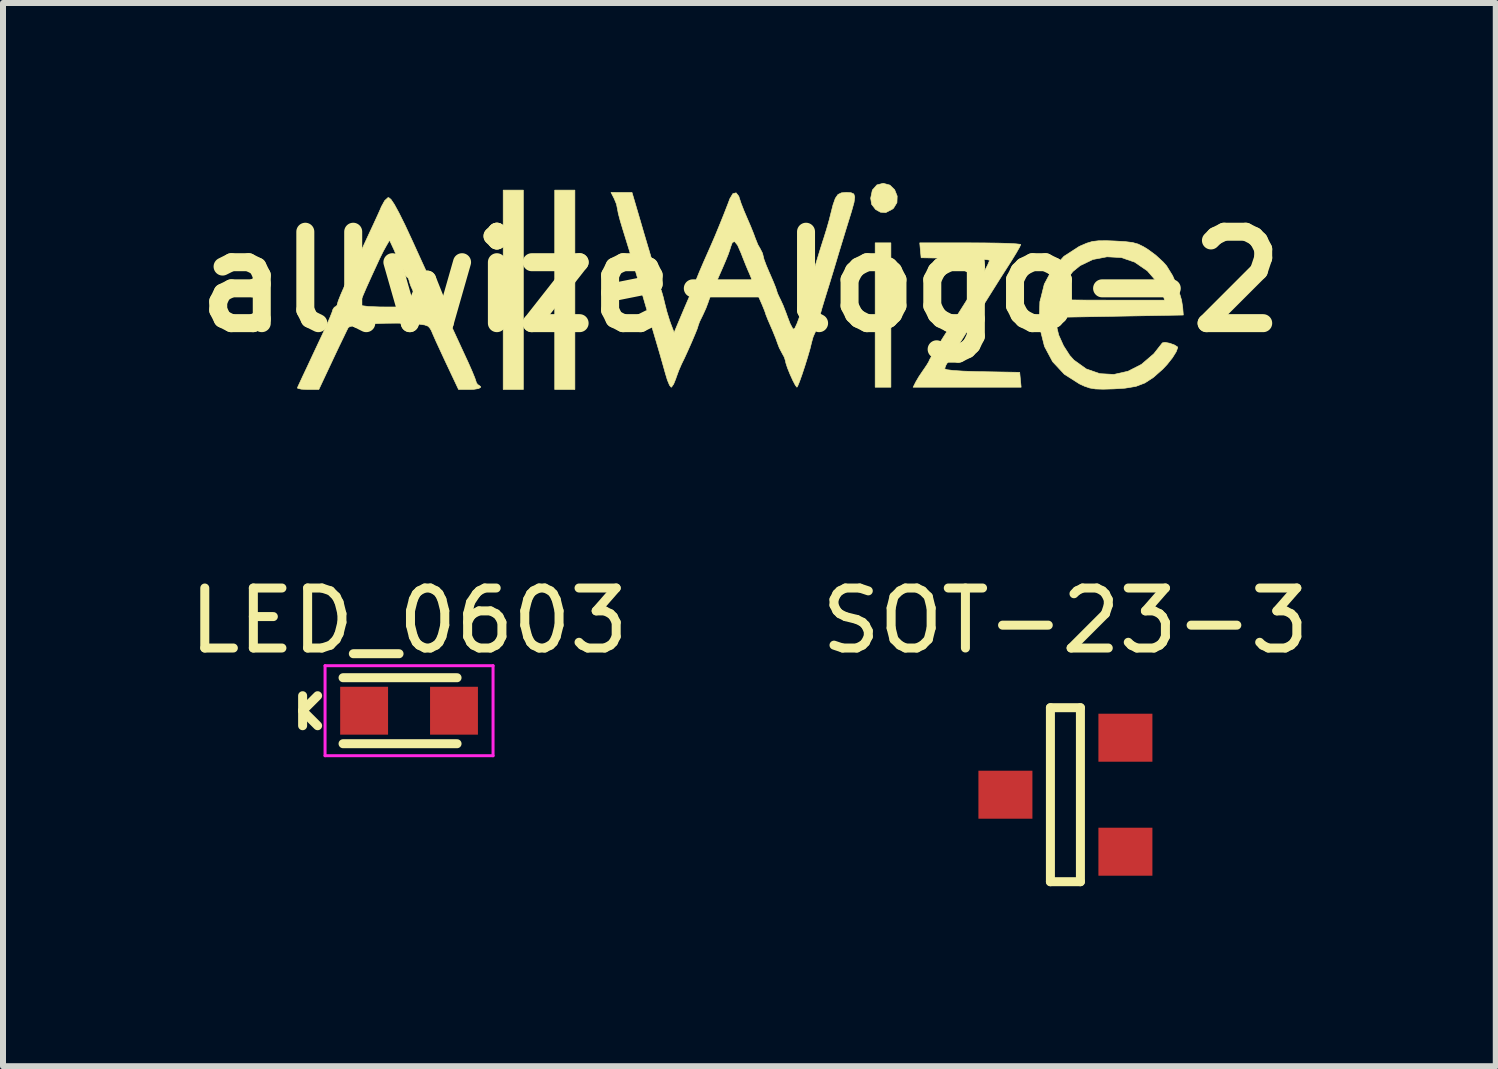
<source format=kicad_pcb>
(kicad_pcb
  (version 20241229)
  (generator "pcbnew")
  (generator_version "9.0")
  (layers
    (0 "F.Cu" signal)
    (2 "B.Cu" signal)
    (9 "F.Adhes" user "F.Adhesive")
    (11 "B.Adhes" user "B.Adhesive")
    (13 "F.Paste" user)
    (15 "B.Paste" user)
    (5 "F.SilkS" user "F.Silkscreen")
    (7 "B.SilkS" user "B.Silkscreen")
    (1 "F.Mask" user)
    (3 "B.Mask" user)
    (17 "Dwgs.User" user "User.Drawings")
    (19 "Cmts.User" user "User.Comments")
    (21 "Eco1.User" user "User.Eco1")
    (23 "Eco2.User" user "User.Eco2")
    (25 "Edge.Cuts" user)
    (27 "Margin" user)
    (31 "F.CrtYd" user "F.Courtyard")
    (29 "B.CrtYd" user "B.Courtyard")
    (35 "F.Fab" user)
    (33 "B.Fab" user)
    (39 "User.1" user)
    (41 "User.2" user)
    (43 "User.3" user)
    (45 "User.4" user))
  (footprint "SOT-23-3"
    (layer "F.Cu")
    (at 14.708 10.196)
    (property "Reference" "SOT-23-3" (at 0 -2.9 0) (layer "F.SilkS") (effects (font (size 1 1) (thickness 0.15))))
    (attr smd)
    (fp_line (start -0.25 -1.45) (end -0.25 1.45) (stroke (width 0.15) (type solid)) (layer "F.SilkS"))
    (fp_line (start -0.25 1.45) (end 0.25 1.45) (stroke (width 0.15) (type solid)) (layer "F.SilkS"))
    (fp_line (start 0.25 -1.45) (end -0.25 -1.45) (stroke (width 0.15) (type solid)) (layer "F.SilkS"))
    (fp_line (start 0.25 1.45) (end 0.25 -1.45) (stroke (width 0.15) (type solid)) (layer "F.SilkS"))
    (pad "1" smd rect (at 1 0.95) (size 0.9 0.8) (layers "F.Cu" "F.Mask" "F.Paste"))
    (pad "2" smd rect (at 1 -0.95) (size 0.9 0.8) (layers "F.Cu" "F.Mask" "F.Paste"))
    (pad "3" smd rect (at -1 0) (size 0.9 0.8) (layers "F.Cu" "F.Mask" "F.Paste")))
  (footprint "LED_0603"
    (layer "F.Cu")
    (at 3.768 8.796)
    (property "Reference" "LED_0603" (at 0 -1.5 0) (layer "F.SilkS") (effects (font (size 1 1) (thickness 0.15))))
    (attr smd)
    (fp_line (start -1.774 -0.25) (end -1.774 0.25) (stroke (width 0.15) (type solid)) (layer "F.SilkS"))
    (fp_line (start -1.774 0) (end -1.524 -0.25) (stroke (width 0.15) (type solid)) (layer "F.SilkS"))
    (fp_line (start -1.524 0.25) (end -1.774 0) (stroke (width 0.15) (type solid)) (layer "F.SilkS"))
    (fp_line (start -1.1 -0.55) (end 0.8 -0.55) (stroke (width 0.15) (type solid)) (layer "F.SilkS"))
    (fp_line (start -1.1 0.55) (end 0.8 0.55) (stroke (width 0.15) (type solid)) (layer "F.SilkS"))
    (fp_line (start -1.4 -0.75) (end 1.4 -0.75) (stroke (width 0.05) (type solid)) (layer "F.CrtYd"))
    (fp_line (start -1.4 0.75) (end -1.4 -0.75) (stroke (width 0.05) (type solid)) (layer "F.CrtYd"))
    (fp_line (start 1.4 -0.75) (end 1.4 0.75) (stroke (width 0.05) (type solid)) (layer "F.CrtYd"))
    (fp_line (start 1.4 0.75) (end -1.4 0.75) (stroke (width 0.05) (type solid)) (layer "F.CrtYd"))
    (pad "1" smd rect (at -0.749 0 180) (size 0.798 0.798) (layers "F.Cu" "F.Mask" "F.Paste"))
    (pad "2" smd rect (at 0.749 0 180) (size 0.798 0.798) (layers "F.Cu" "F.Mask" "F.Paste")))
  (footprint "allwize-logo-2"
    (layer "F.Cu")
    (at 9.296 1.647)
    (property "Reference" "allwize-logo-2" (at 0 0 0) (layer "F.SilkS") (effects (font (size 1.524 1.524) (thickness 0.3))))
    (attr through_hole)
    (fp_poly (pts (xy -3.623 1.795) (xy -3.959 1.795) (xy -3.959 -1.528) (xy -3.623 -1.528) (xy -3.623 1.795)) (stroke (width 0.01) (type solid)) (fill yes) (layer "F.SilkS"))
    (fp_poly (pts (xy -2.764 1.795) (xy -3.1 1.795) (xy -3.1 -1.528) (xy -2.764 -1.528) (xy -2.764 1.795)) (stroke (width 0.01) (type solid)) (fill yes) (layer "F.SilkS"))
    (fp_poly (pts (xy 2.503 1.757) (xy 2.241 1.757) (xy 2.241 -0.649) (xy 2.503 -0.649) (xy 2.503 1.757)) (stroke (width 0.01) (type solid)) (fill yes) (layer "F.SilkS"))
    (fp_poly (pts (xy 2.486 -1.612) (xy 2.566 -1.534) (xy 2.608 -1.429) (xy 2.604 -1.32) (xy 2.547 -1.226) (xy 2.523 -1.208) (xy 2.418 -1.154) (xy 2.329 -1.16) (xy 2.249 -1.205) (xy 2.182 -1.291) (xy 2.166 -1.394) (xy 2.194 -1.529) (xy 2.27 -1.615) (xy 2.375 -1.642) (xy 2.486 -1.612)) (stroke (width 0.01) (type solid)) (fill yes) (layer "F.SilkS"))
    (fp_poly (pts (xy 4.068 -0.648) (xy 4.283 -0.645) (xy 4.46 -0.64) (xy 4.588 -0.633) (xy 4.658 -0.625) (xy 4.668 -0.621) (xy 4.648 -0.578) (xy 4.597 -0.488) (xy 4.523 -0.367) (xy 4.491 -0.316) (xy 4.35 -0.096) (xy 4.181 0.173) (xy 3.993 0.473) (xy 3.797 0.788) (xy 3.705 0.936) (xy 3.617 1.076) (xy 3.536 1.203) (xy 3.477 1.295) (xy 3.469 1.307) (xy 3.421 1.389) (xy 3.399 1.447) (xy 3.399 1.449) (xy 3.436 1.465) (xy 3.541 1.478) (xy 3.71 1.489) (xy 3.938 1.497) (xy 4.025 1.498) (xy 4.65 1.509) (xy 4.662 1.633) (xy 4.674 1.757) (xy 2.874 1.757) (xy 2.917 1.671) (xy 2.969 1.582) (xy 3.039 1.478) (xy 3.049 1.464) (xy 3.105 1.381) (xy 3.136 1.328) (xy 3.138 1.321) (xy 3.157 1.282) (xy 3.209 1.193) (xy 3.286 1.068) (xy 3.374 0.927) (xy 3.497 0.734) (xy 3.632 0.521) (xy 3.758 0.322) (xy 3.817 0.229) (xy 3.944 0.023) (xy 4.045 -0.147) (xy 4.113 -0.274) (xy 4.145 -0.349) (xy 4.146 -0.36) (xy 4.111 -0.368) (xy 4.014 -0.375) (xy 3.868 -0.382) (xy 3.685 -0.388) (xy 3.577 -0.391) (xy 3.007 -0.401) (xy 2.995 -0.525) (xy 2.984 -0.649) (xy 3.826 -0.649) (xy 4.068 -0.648)) (stroke (width 0.01) (type solid)) (fill yes) (layer "F.SilkS"))
    (fp_poly (pts (xy 6.232 -0.68) (xy 6.407 -0.67) (xy 6.53 -0.655) (xy 6.624 -0.629) (xy 6.713 -0.585) (xy 6.788 -0.539) (xy 6.918 -0.443) (xy 7.041 -0.33) (xy 7.098 -0.266) (xy 7.199 -0.102) (xy 7.287 0.101) (xy 7.348 0.306) (xy 7.367 0.427) (xy 7.377 0.554) (xy 6.313 0.573) (xy 5.248 0.592) (xy 5.261 0.724) (xy 5.3 0.887) (xy 5.38 1.065) (xy 5.484 1.227) (xy 5.553 1.304) (xy 5.759 1.452) (xy 5.985 1.531) (xy 6.22 1.544) (xy 6.455 1.491) (xy 6.68 1.376) (xy 6.886 1.199) (xy 7.028 1.018) (xy 7.072 1.009) (xy 7.15 1.024) (xy 7.23 1.053) (xy 7.28 1.085) (xy 7.284 1.095) (xy 7.259 1.165) (xy 7.196 1.266) (xy 7.109 1.376) (xy 7.035 1.455) (xy 6.879 1.593) (xy 6.737 1.686) (xy 6.587 1.743) (xy 6.406 1.773) (xy 6.219 1.785) (xy 6.041 1.79) (xy 5.914 1.786) (xy 5.817 1.77) (xy 5.727 1.739) (xy 5.647 1.702) (xy 5.394 1.541) (xy 5.199 1.332) (xy 5.063 1.077) (xy 4.988 0.779) (xy 4.976 0.66) (xy 4.986 0.332) (xy 4.996 0.296) (xy 5.267 0.296) (xy 5.303 0.299) (xy 5.403 0.301) (xy 5.557 0.303) (xy 5.756 0.305) (xy 5.988 0.305) (xy 6.166 0.306) (xy 7.065 0.306) (xy 7.04 0.22) (xy 6.939 0.004) (xy 6.777 -0.183) (xy 6.566 -0.328) (xy 6.344 -0.404) (xy 6.106 -0.417) (xy 5.87 -0.372) (xy 5.658 -0.27) (xy 5.536 -0.171) (xy 5.487 -0.107) (xy 5.423 -0.007) (xy 5.356 0.106) (xy 5.301 0.21) (xy 5.27 0.283) (xy 5.267 0.296) (xy 4.996 0.296) (xy 5.06 0.039) (xy 5.195 -0.215) (xy 5.388 -0.425) (xy 5.638 -0.587) (xy 5.661 -0.598) (xy 5.768 -0.644) (xy 5.861 -0.672) (xy 5.965 -0.684) (xy 6.103 -0.685) (xy 6.232 -0.68)) (stroke (width 0.01) (type solid)) (fill yes) (layer "F.SilkS"))
    (fp_poly (pts (xy -5.829 -1.373) (xy -5.773 -1.29) (xy -5.696 -1.149) (xy -5.596 -0.948) (xy -5.472 -0.681) (xy -5.401 -0.525) (xy -5.316 -0.338) (xy -5.221 -0.131) (xy -5.137 0.053) (xy -5.136 0.054) (xy -5.075 0.191) (xy -5.03 0.303) (xy -5.007 0.37) (xy -5.005 0.379) (xy -4.979 0.418) (xy -4.968 0.42) (xy -4.932 0.45) (xy -4.931 0.461) (xy -4.916 0.513) (xy -4.875 0.614) (xy -4.818 0.746) (xy -4.8 0.786) (xy -4.714 0.972) (xy -4.618 1.18) (xy -4.538 1.353) (xy -4.478 1.489) (xy -4.432 1.601) (xy -4.409 1.669) (xy -4.408 1.678) (xy -4.381 1.717) (xy -4.37 1.719) (xy -4.334 1.748) (xy -4.333 1.757) (xy -4.367 1.779) (xy -4.452 1.793) (xy -4.518 1.795) (xy -4.703 1.795) (xy -4.929 1.316) (xy -5.01 1.141) (xy -5.079 0.992) (xy -5.128 0.881) (xy -5.153 0.822) (xy -5.155 0.816) (xy -5.178 0.777) (xy -5.209 0.741) (xy -5.268 0.719) (xy -5.383 0.703) (xy -5.541 0.693) (xy -5.726 0.689) (xy -5.922 0.691) (xy -6.114 0.698) (xy -6.288 0.71) (xy -6.427 0.726) (xy -6.517 0.748) (xy -6.542 0.764) (xy -6.569 0.818) (xy -6.621 0.926) (xy -6.693 1.075) (xy -6.776 1.25) (xy -6.803 1.308) (xy -7.032 1.795) (xy -7.217 1.795) (xy -7.32 1.79) (xy -7.381 1.777) (xy -7.389 1.767) (xy -7.376 1.737) (xy -7.346 1.673) (xy -7.298 1.569) (xy -7.226 1.417) (xy -7.13 1.211) (xy -7.004 0.943) (xy -6.98 0.892) (xy -6.907 0.733) (xy -6.848 0.598) (xy -6.81 0.502) (xy -6.798 0.462) (xy -6.772 0.422) (xy -6.761 0.42) (xy -6.726 0.39) (xy -6.724 0.379) (xy -6.35 0.379) (xy -6.313 0.398) (xy -6.201 0.412) (xy -6.016 0.419) (xy -5.847 0.42) (xy -5.643 0.419) (xy -5.503 0.415) (xy -5.416 0.407) (xy -5.373 0.393) (xy -5.363 0.373) (xy -5.365 0.363) (xy -5.395 0.294) (xy -5.443 0.192) (xy -5.457 0.164) (xy -5.502 0.063) (xy -5.527 -0.014) (xy -5.528 -0.027) (xy -5.549 -0.073) (xy -5.563 -0.076) (xy -5.594 -0.109) (xy -5.621 -0.189) (xy -5.622 -0.191) (xy -5.649 -0.271) (xy -5.68 -0.306) (xy -5.681 -0.306) (xy -5.713 -0.336) (xy -5.716 -0.353) (xy -5.732 -0.416) (xy -5.77 -0.514) (xy -5.785 -0.547) (xy -5.853 -0.693) (xy -5.905 -0.604) (xy -5.958 -0.508) (xy -6.015 -0.393) (xy -6.02 -0.382) (xy -6.146 -0.109) (xy -6.24 0.099) (xy -6.304 0.248) (xy -6.34 0.34) (xy -6.35 0.379) (xy -6.724 0.379) (xy -6.724 0.373) (xy -6.708 0.318) (xy -6.667 0.215) (xy -6.609 0.082) (xy -6.588 0.039) (xy -6.428 -0.302) (xy -6.297 -0.581) (xy -6.193 -0.805) (xy -6.112 -0.979) (xy -6.051 -1.112) (xy -6.007 -1.21) (xy -5.99 -1.251) (xy -5.934 -1.353) (xy -5.881 -1.402) (xy -5.866 -1.403) (xy -5.829 -1.373)) (stroke (width 0.01) (type solid)) (fill yes) (layer "F.SilkS"))
    (fp_poly (pts (xy 1.839 -1.485) (xy 1.885 -1.464) (xy 1.901 -1.414) (xy 1.889 -1.324) (xy 1.849 -1.18) (xy 1.815 -1.07) (xy 1.764 -0.905) (xy 1.701 -0.699) (xy 1.636 -0.486) (xy 1.605 -0.382) (xy 1.545 -0.182) (xy 1.482 0.025) (xy 1.425 0.208) (xy 1.401 0.286) (xy 1.354 0.441) (xy 1.314 0.586) (xy 1.289 0.688) (xy 1.263 0.788) (xy 1.236 0.855) (xy 1.233 0.859) (xy 1.206 0.922) (xy 1.181 1.012) (xy 1.155 1.119) (xy 1.115 1.256) (xy 1.069 1.404) (xy 1.022 1.546) (xy 0.98 1.664) (xy 0.949 1.739) (xy 0.937 1.757) (xy 0.911 1.725) (xy 0.869 1.645) (xy 0.822 1.541) (xy 0.779 1.435) (xy 0.752 1.352) (xy 0.747 1.323) (xy 0.727 1.258) (xy 0.696 1.202) (xy 0.644 1.104) (xy 0.616 1.031) (xy 0.584 0.942) (xy 0.534 0.819) (xy 0.499 0.738) (xy 0.451 0.627) (xy 0.419 0.546) (xy 0.411 0.519) (xy 0.396 0.477) (xy 0.358 0.384) (xy 0.304 0.261) (xy 0.299 0.248) (xy 0.244 0.123) (xy 0.204 0.026) (xy 0.187 -0.022) (xy 0.187 -0.024) (xy 0.173 -0.07) (xy 0.138 -0.154) (xy 0.132 -0.166) (xy 0.086 -0.275) (xy 0.031 -0.413) (xy 0.007 -0.476) (xy -0.052 -0.61) (xy -0.101 -0.67) (xy -0.139 -0.657) (xy -0.166 -0.585) (xy -0.183 -0.529) (xy -0.209 -0.455) (xy -0.25 -0.354) (xy -0.311 -0.212) (xy -0.396 -0.019) (xy -0.447 0.095) (xy -0.497 0.215) (xy -0.536 0.322) (xy -0.543 0.344) (xy -0.58 0.442) (xy -0.633 0.558) (xy -0.64 0.572) (xy -0.685 0.664) (xy -0.708 0.727) (xy -0.71 0.735) (xy -0.724 0.781) (xy -0.763 0.877) (xy -0.817 1.004) (xy -0.878 1.142) (xy -0.938 1.273) (xy -0.988 1.375) (xy -1.032 1.477) (xy -1.077 1.6) (xy -1.081 1.614) (xy -1.118 1.705) (xy -1.152 1.754) (xy -1.16 1.757) (xy -1.187 1.723) (xy -1.223 1.636) (xy -1.253 1.537) (xy -1.3 1.37) (xy -1.353 1.184) (xy -1.381 1.089) (xy -1.424 0.943) (xy -1.479 0.757) (xy -1.535 0.566) (xy -1.55 0.516) (xy -1.668 0.112) (xy -1.768 -0.225) (xy -1.851 -0.504) (xy -1.921 -0.731) (xy -1.965 -0.873) (xy -2.008 -1.016) (xy -2.04 -1.137) (xy -2.054 -1.211) (xy -2.055 -1.217) (xy -2.071 -1.295) (xy -2.108 -1.385) (xy -2.162 -1.49) (xy -1.987 -1.489) (xy -1.812 -1.489) (xy -1.725 -1.193) (xy -1.673 -1.016) (xy -1.611 -0.803) (xy -1.549 -0.594) (xy -1.531 -0.535) (xy -1.481 -0.365) (xy -1.438 -0.211) (xy -1.407 -0.096) (xy -1.397 -0.057) (xy -1.371 0.037) (xy -1.344 0.095) (xy -1.321 0.152) (xy -1.291 0.256) (xy -1.27 0.344) (xy -1.232 0.494) (xy -1.187 0.64) (xy -1.166 0.7) (xy -1.11 0.846) (xy -1.001 0.586) (xy -0.935 0.43) (xy -0.869 0.277) (xy -0.82 0.168) (xy -0.776 0.069) (xy -0.75 0.001) (xy -0.747 -0.013) (xy -0.733 -0.057) (xy -0.69 -0.163) (xy -0.618 -0.331) (xy -0.514 -0.566) (xy -0.486 -0.63) (xy -0.428 -0.764) (xy -0.356 -0.939) (xy -0.28 -1.127) (xy -0.213 -1.299) (xy -0.181 -1.385) (xy -0.131 -1.469) (xy -0.077 -1.483) (xy -0.032 -1.426) (xy -0.022 -1.393) (xy 0.006 -1.308) (xy 0.055 -1.183) (xy 0.108 -1.059) (xy 0.167 -0.922) (xy 0.216 -0.8) (xy 0.243 -0.726) (xy 0.286 -0.619) (xy 0.323 -0.555) (xy 0.363 -0.477) (xy 0.374 -0.432) (xy 0.388 -0.375) (xy 0.427 -0.271) (xy 0.482 -0.142) (xy 0.486 -0.134) (xy 0.541 -0.007) (xy 0.581 0.092) (xy 0.598 0.143) (xy 0.598 0.144) (xy 0.614 0.194) (xy 0.653 0.278) (xy 0.658 0.286) (xy 0.707 0.393) (xy 0.76 0.529) (xy 0.782 0.59) (xy 0.824 0.699) (xy 0.863 0.772) (xy 0.881 0.79) (xy 0.904 0.77) (xy 0.939 0.694) (xy 0.989 0.559) (xy 1.053 0.361) (xy 1.134 0.096) (xy 1.213 -0.172) (xy 1.268 -0.355) (xy 1.324 -0.538) (xy 1.372 -0.69) (xy 1.384 -0.726) (xy 1.432 -0.88) (xy 1.477 -1.038) (xy 1.494 -1.108) (xy 1.538 -1.281) (xy 1.577 -1.392) (xy 1.621 -1.455) (xy 1.679 -1.483) (xy 1.76 -1.49) (xy 1.839 -1.485)) (stroke (width 0.01) (type solid)) (fill yes) (layer "F.SilkS")))
  (gr_rect
    (start -3 -3)
    (end 21.881 14.721)
    (stroke (width 0.1) (type default))
    (fill no)
    (layer "Edge.Cuts")))
</source>
